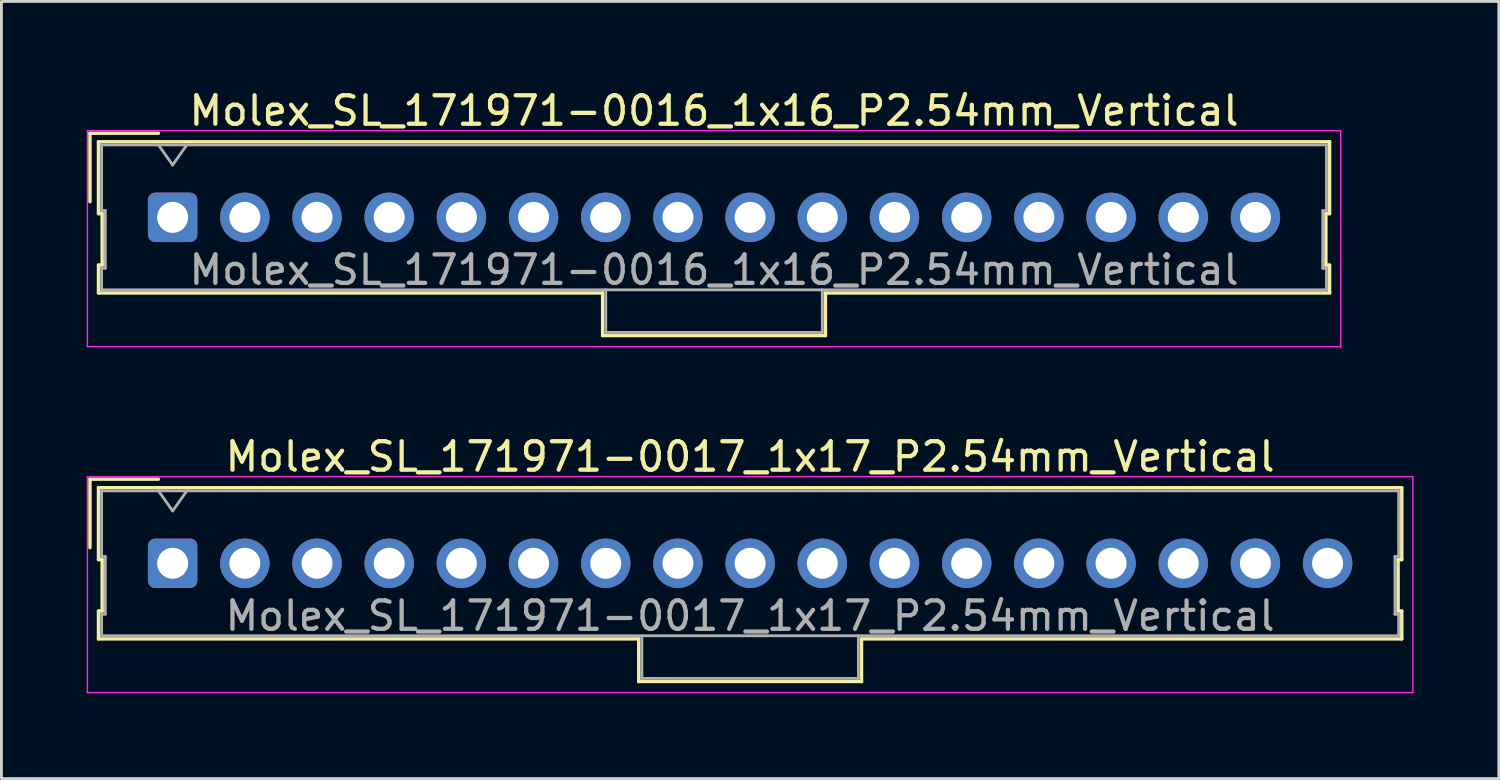
<source format=kicad_pcb>
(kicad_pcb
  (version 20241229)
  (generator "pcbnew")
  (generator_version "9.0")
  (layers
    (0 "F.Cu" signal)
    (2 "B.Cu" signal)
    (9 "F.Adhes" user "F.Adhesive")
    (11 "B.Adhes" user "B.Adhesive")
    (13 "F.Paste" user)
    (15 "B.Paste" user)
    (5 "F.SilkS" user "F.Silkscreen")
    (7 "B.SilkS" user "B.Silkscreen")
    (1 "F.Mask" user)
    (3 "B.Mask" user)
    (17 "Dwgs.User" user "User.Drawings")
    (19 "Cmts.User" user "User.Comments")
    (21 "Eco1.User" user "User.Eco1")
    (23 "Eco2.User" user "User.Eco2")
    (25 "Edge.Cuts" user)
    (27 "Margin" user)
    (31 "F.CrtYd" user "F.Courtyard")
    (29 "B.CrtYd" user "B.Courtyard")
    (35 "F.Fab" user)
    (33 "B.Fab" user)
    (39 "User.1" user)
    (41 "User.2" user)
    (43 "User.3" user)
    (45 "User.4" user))
  (footprint "Molex_SL_171971-0016_1x16_P2.54mm_Vertical"
    (layer "F.Cu")
    (at 3.025 4.598)
    (property "Reference" "Molex_SL_171971-0016_1x16_P2.54mm_Vertical" (at 19.05 -3.75 0) (layer "F.SilkS") (effects (font (size 1 1) (thickness 0.15))))
    (attr through_hole)
    (fp_line (start -2.91 -2.96) (end -0.5 -2.96) (stroke (width 0.12) (type solid)) (layer "F.SilkS"))
    (fp_line (start -2.91 -0.55) (end -2.91 -2.96) (stroke (width 0.12) (type solid)) (layer "F.SilkS"))
    (fp_line (start -2.61 -2.66) (end -2.61 -0.13) (stroke (width 0.12) (type solid)) (layer "F.SilkS"))
    (fp_line (start -2.61 -0.13) (end -2.48 -0.13) (stroke (width 0.12) (type solid)) (layer "F.SilkS"))
    (fp_line (start -2.61 1.68) (end -2.61 2.66) (stroke (width 0.12) (type solid)) (layer "F.SilkS"))
    (fp_line (start -2.61 2.66) (end 15.13 2.66) (stroke (width 0.12) (type solid)) (layer "F.SilkS"))
    (fp_line (start -2.48 -0.13) (end -2.48 1.68) (stroke (width 0.12) (type solid)) (layer "F.SilkS"))
    (fp_line (start -2.48 1.68) (end -2.61 1.68) (stroke (width 0.12) (type solid)) (layer "F.SilkS"))
    (fp_line (start 15.13 2.66) (end 15.13 4.16) (stroke (width 0.12) (type solid)) (layer "F.SilkS"))
    (fp_line (start 15.13 4.16) (end 22.97 4.16) (stroke (width 0.12) (type solid)) (layer "F.SilkS"))
    (fp_line (start 22.97 2.66) (end 40.71 2.66) (stroke (width 0.12) (type solid)) (layer "F.SilkS"))
    (fp_line (start 22.97 4.16) (end 22.97 2.66) (stroke (width 0.12) (type solid)) (layer "F.SilkS"))
    (fp_line (start 40.58 -0.13) (end 40.71 -0.13) (stroke (width 0.12) (type solid)) (layer "F.SilkS"))
    (fp_line (start 40.58 1.68) (end 40.58 -0.13) (stroke (width 0.12) (type solid)) (layer "F.SilkS"))
    (fp_line (start 40.71 -2.66) (end -2.61 -2.66) (stroke (width 0.12) (type solid)) (layer "F.SilkS"))
    (fp_line (start 40.71 -0.13) (end 40.71 -2.66) (stroke (width 0.12) (type solid)) (layer "F.SilkS"))
    (fp_line (start 40.71 1.68) (end 40.58 1.68) (stroke (width 0.12) (type solid)) (layer "F.SilkS"))
    (fp_line (start 40.71 2.66) (end 40.71 1.68) (stroke (width 0.12) (type solid)) (layer "F.SilkS"))
    (fp_line (start -3 -3.05) (end -3 4.55) (stroke (width 0.05) (type solid)) (layer "F.CrtYd"))
    (fp_line (start -3 4.55) (end 41.1 4.55) (stroke (width 0.05) (type solid)) (layer "F.CrtYd"))
    (fp_line (start 41.1 -3.05) (end -3 -3.05) (stroke (width 0.05) (type solid)) (layer "F.CrtYd"))
    (fp_line (start 41.1 4.55) (end 41.1 -3.05) (stroke (width 0.05) (type solid)) (layer "F.CrtYd"))
    (fp_line (start -2.5 -2.55) (end -2.5 -0.24) (stroke (width 0.1) (type solid)) (layer "F.Fab"))
    (fp_line (start -2.5 -0.24) (end -2.37 -0.24) (stroke (width 0.1) (type solid)) (layer "F.Fab"))
    (fp_line (start -2.5 1.79) (end -2.5 2.55) (stroke (width 0.1) (type solid)) (layer "F.Fab"))
    (fp_line (start -2.5 2.55) (end 40.6 2.55) (stroke (width 0.1) (type solid)) (layer "F.Fab"))
    (fp_line (start -2.37 -0.24) (end -2.37 1.79) (stroke (width 0.1) (type solid)) (layer "F.Fab"))
    (fp_line (start -2.37 1.79) (end -2.5 1.79) (stroke (width 0.1) (type solid)) (layer "F.Fab"))
    (fp_line (start 0 -1.843) (end -0.5 -2.55) (stroke (width 0.1) (type solid)) (layer "F.Fab"))
    (fp_line (start 0.5 -2.55) (end 0 -1.843) (stroke (width 0.1) (type solid)) (layer "F.Fab"))
    (fp_line (start 15.24 2.55) (end 15.24 4.05) (stroke (width 0.1) (type solid)) (layer "F.Fab"))
    (fp_line (start 15.24 4.05) (end 22.86 4.05) (stroke (width 0.1) (type solid)) (layer "F.Fab"))
    (fp_line (start 22.86 4.05) (end 22.86 2.55) (stroke (width 0.1) (type solid)) (layer "F.Fab"))
    (fp_line (start 40.47 -0.24) (end 40.6 -0.24) (stroke (width 0.1) (type solid)) (layer "F.Fab"))
    (fp_line (start 40.47 1.79) (end 40.47 -0.24) (stroke (width 0.1) (type solid)) (layer "F.Fab"))
    (fp_line (start 40.6 -2.55) (end -2.5 -2.55) (stroke (width 0.1) (type solid)) (layer "F.Fab"))
    (fp_line (start 40.6 -0.24) (end 40.6 -2.55) (stroke (width 0.1) (type solid)) (layer "F.Fab"))
    (fp_line (start 40.6 1.79) (end 40.47 1.79) (stroke (width 0.1) (type solid)) (layer "F.Fab"))
    (fp_line (start 40.6 2.55) (end 40.6 1.79) (stroke (width 0.1) (type solid)) (layer "F.Fab"))
    (fp_text user "${REFERENCE}" (at 19.05 1.85 0) (layer "F.Fab") (effects (font (size 1 1) (thickness 0.15))))
    (pad "1" thru_hole roundrect (at 0 0) (size 1.74 1.74) (drill 1.09) (layers "*.Cu" "*.Mask") (roundrect_rratio 0.144))
    (pad "2" thru_hole circle (at 2.54 0) (size 1.74 1.74) (drill 1.09) (layers "*.Cu" "*.Mask"))
    (pad "3" thru_hole circle (at 5.08 0) (size 1.74 1.74) (drill 1.09) (layers "*.Cu" "*.Mask"))
    (pad "4" thru_hole circle (at 7.62 0) (size 1.74 1.74) (drill 1.09) (layers "*.Cu" "*.Mask"))
    (pad "5" thru_hole circle (at 10.16 0) (size 1.74 1.74) (drill 1.09) (layers "*.Cu" "*.Mask"))
    (pad "6" thru_hole circle (at 12.7 0) (size 1.74 1.74) (drill 1.09) (layers "*.Cu" "*.Mask"))
    (pad "7" thru_hole circle (at 15.24 0) (size 1.74 1.74) (drill 1.09) (layers "*.Cu" "*.Mask"))
    (pad "8" thru_hole circle (at 17.78 0) (size 1.74 1.74) (drill 1.09) (layers "*.Cu" "*.Mask"))
    (pad "9" thru_hole circle (at 20.32 0) (size 1.74 1.74) (drill 1.09) (layers "*.Cu" "*.Mask"))
    (pad "10" thru_hole circle (at 22.86 0) (size 1.74 1.74) (drill 1.09) (layers "*.Cu" "*.Mask"))
    (pad "11" thru_hole circle (at 25.4 0) (size 1.74 1.74) (drill 1.09) (layers "*.Cu" "*.Mask"))
    (pad "12" thru_hole circle (at 27.94 0) (size 1.74 1.74) (drill 1.09) (layers "*.Cu" "*.Mask"))
    (pad "13" thru_hole circle (at 30.48 0) (size 1.74 1.74) (drill 1.09) (layers "*.Cu" "*.Mask"))
    (pad "14" thru_hole circle (at 33.02 0) (size 1.74 1.74) (drill 1.09) (layers "*.Cu" "*.Mask"))
    (pad "15" thru_hole circle (at 35.56 0) (size 1.74 1.74) (drill 1.09) (layers "*.Cu" "*.Mask"))
    (pad "16" thru_hole circle (at 38.1 0) (size 1.74 1.74) (drill 1.09) (layers "*.Cu" "*.Mask")))
  (footprint "Molex_SL_171971-0017_1x17_P2.54mm_Vertical"
    (layer "F.Cu")
    (at 3.025 16.771)
    (property "Reference" "Molex_SL_171971-0017_1x17_P2.54mm_Vertical" (at 20.32 -3.75 0) (layer "F.SilkS") (effects (font (size 1 1) (thickness 0.15))))
    (attr through_hole)
    (fp_line (start -2.91 -2.96) (end -0.5 -2.96) (stroke (width 0.12) (type solid)) (layer "F.SilkS"))
    (fp_line (start -2.91 -0.55) (end -2.91 -2.96) (stroke (width 0.12) (type solid)) (layer "F.SilkS"))
    (fp_line (start -2.61 -2.66) (end -2.61 -0.13) (stroke (width 0.12) (type solid)) (layer "F.SilkS"))
    (fp_line (start -2.61 -0.13) (end -2.48 -0.13) (stroke (width 0.12) (type solid)) (layer "F.SilkS"))
    (fp_line (start -2.61 1.68) (end -2.61 2.66) (stroke (width 0.12) (type solid)) (layer "F.SilkS"))
    (fp_line (start -2.61 2.66) (end 16.4 2.66) (stroke (width 0.12) (type solid)) (layer "F.SilkS"))
    (fp_line (start -2.48 -0.13) (end -2.48 1.68) (stroke (width 0.12) (type solid)) (layer "F.SilkS"))
    (fp_line (start -2.48 1.68) (end -2.61 1.68) (stroke (width 0.12) (type solid)) (layer "F.SilkS"))
    (fp_line (start 16.4 2.66) (end 16.4 4.16) (stroke (width 0.12) (type solid)) (layer "F.SilkS"))
    (fp_line (start 16.4 4.16) (end 24.24 4.16) (stroke (width 0.12) (type solid)) (layer "F.SilkS"))
    (fp_line (start 24.24 2.66) (end 43.25 2.66) (stroke (width 0.12) (type solid)) (layer "F.SilkS"))
    (fp_line (start 24.24 4.16) (end 24.24 2.66) (stroke (width 0.12) (type solid)) (layer "F.SilkS"))
    (fp_line (start 43.12 -0.13) (end 43.25 -0.13) (stroke (width 0.12) (type solid)) (layer "F.SilkS"))
    (fp_line (start 43.12 1.68) (end 43.12 -0.13) (stroke (width 0.12) (type solid)) (layer "F.SilkS"))
    (fp_line (start 43.25 -2.66) (end -2.61 -2.66) (stroke (width 0.12) (type solid)) (layer "F.SilkS"))
    (fp_line (start 43.25 -0.13) (end 43.25 -2.66) (stroke (width 0.12) (type solid)) (layer "F.SilkS"))
    (fp_line (start 43.25 1.68) (end 43.12 1.68) (stroke (width 0.12) (type solid)) (layer "F.SilkS"))
    (fp_line (start 43.25 2.66) (end 43.25 1.68) (stroke (width 0.12) (type solid)) (layer "F.SilkS"))
    (fp_line (start -3 -3.05) (end -3 4.55) (stroke (width 0.05) (type solid)) (layer "F.CrtYd"))
    (fp_line (start -3 4.55) (end 43.64 4.55) (stroke (width 0.05) (type solid)) (layer "F.CrtYd"))
    (fp_line (start 43.64 -3.05) (end -3 -3.05) (stroke (width 0.05) (type solid)) (layer "F.CrtYd"))
    (fp_line (start 43.64 4.55) (end 43.64 -3.05) (stroke (width 0.05) (type solid)) (layer "F.CrtYd"))
    (fp_line (start -2.5 -2.55) (end -2.5 -0.24) (stroke (width 0.1) (type solid)) (layer "F.Fab"))
    (fp_line (start -2.5 -0.24) (end -2.37 -0.24) (stroke (width 0.1) (type solid)) (layer "F.Fab"))
    (fp_line (start -2.5 1.79) (end -2.5 2.55) (stroke (width 0.1) (type solid)) (layer "F.Fab"))
    (fp_line (start -2.5 2.55) (end 43.14 2.55) (stroke (width 0.1) (type solid)) (layer "F.Fab"))
    (fp_line (start -2.37 -0.24) (end -2.37 1.79) (stroke (width 0.1) (type solid)) (layer "F.Fab"))
    (fp_line (start -2.37 1.79) (end -2.5 1.79) (stroke (width 0.1) (type solid)) (layer "F.Fab"))
    (fp_line (start 0 -1.843) (end -0.5 -2.55) (stroke (width 0.1) (type solid)) (layer "F.Fab"))
    (fp_line (start 0.5 -2.55) (end 0 -1.843) (stroke (width 0.1) (type solid)) (layer "F.Fab"))
    (fp_line (start 16.51 2.55) (end 16.51 4.05) (stroke (width 0.1) (type solid)) (layer "F.Fab"))
    (fp_line (start 16.51 4.05) (end 24.13 4.05) (stroke (width 0.1) (type solid)) (layer "F.Fab"))
    (fp_line (start 24.13 4.05) (end 24.13 2.55) (stroke (width 0.1) (type solid)) (layer "F.Fab"))
    (fp_line (start 43.01 -0.24) (end 43.14 -0.24) (stroke (width 0.1) (type solid)) (layer "F.Fab"))
    (fp_line (start 43.01 1.79) (end 43.01 -0.24) (stroke (width 0.1) (type solid)) (layer "F.Fab"))
    (fp_line (start 43.14 -2.55) (end -2.5 -2.55) (stroke (width 0.1) (type solid)) (layer "F.Fab"))
    (fp_line (start 43.14 -0.24) (end 43.14 -2.55) (stroke (width 0.1) (type solid)) (layer "F.Fab"))
    (fp_line (start 43.14 1.79) (end 43.01 1.79) (stroke (width 0.1) (type solid)) (layer "F.Fab"))
    (fp_line (start 43.14 2.55) (end 43.14 1.79) (stroke (width 0.1) (type solid)) (layer "F.Fab"))
    (fp_text user "${REFERENCE}" (at 20.32 1.85 0) (layer "F.Fab") (effects (font (size 1 1) (thickness 0.15))))
    (pad "1" thru_hole roundrect (at 0 0) (size 1.74 1.74) (drill 1.09) (layers "*.Cu" "*.Mask") (roundrect_rratio 0.144))
    (pad "2" thru_hole circle (at 2.54 0) (size 1.74 1.74) (drill 1.09) (layers "*.Cu" "*.Mask"))
    (pad "3" thru_hole circle (at 5.08 0) (size 1.74 1.74) (drill 1.09) (layers "*.Cu" "*.Mask"))
    (pad "4" thru_hole circle (at 7.62 0) (size 1.74 1.74) (drill 1.09) (layers "*.Cu" "*.Mask"))
    (pad "5" thru_hole circle (at 10.16 0) (size 1.74 1.74) (drill 1.09) (layers "*.Cu" "*.Mask"))
    (pad "6" thru_hole circle (at 12.7 0) (size 1.74 1.74) (drill 1.09) (layers "*.Cu" "*.Mask"))
    (pad "7" thru_hole circle (at 15.24 0) (size 1.74 1.74) (drill 1.09) (layers "*.Cu" "*.Mask"))
    (pad "8" thru_hole circle (at 17.78 0) (size 1.74 1.74) (drill 1.09) (layers "*.Cu" "*.Mask"))
    (pad "9" thru_hole circle (at 20.32 0) (size 1.74 1.74) (drill 1.09) (layers "*.Cu" "*.Mask"))
    (pad "10" thru_hole circle (at 22.86 0) (size 1.74 1.74) (drill 1.09) (layers "*.Cu" "*.Mask"))
    (pad "11" thru_hole circle (at 25.4 0) (size 1.74 1.74) (drill 1.09) (layers "*.Cu" "*.Mask"))
    (pad "12" thru_hole circle (at 27.94 0) (size 1.74 1.74) (drill 1.09) (layers "*.Cu" "*.Mask"))
    (pad "13" thru_hole circle (at 30.48 0) (size 1.74 1.74) (drill 1.09) (layers "*.Cu" "*.Mask"))
    (pad "14" thru_hole circle (at 33.02 0) (size 1.74 1.74) (drill 1.09) (layers "*.Cu" "*.Mask"))
    (pad "15" thru_hole circle (at 35.56 0) (size 1.74 1.74) (drill 1.09) (layers "*.Cu" "*.Mask"))
    (pad "16" thru_hole circle (at 38.1 0) (size 1.74 1.74) (drill 1.09) (layers "*.Cu" "*.Mask"))
    (pad "17" thru_hole circle (at 40.64 0) (size 1.74 1.74) (drill 1.09) (layers "*.Cu" "*.Mask")))
  (gr_rect
    (start -3 -3)
    (end 49.69 24.346)
    (stroke (width 0.1) (type default))
    (fill no)
    (layer "Edge.Cuts")))
</source>
